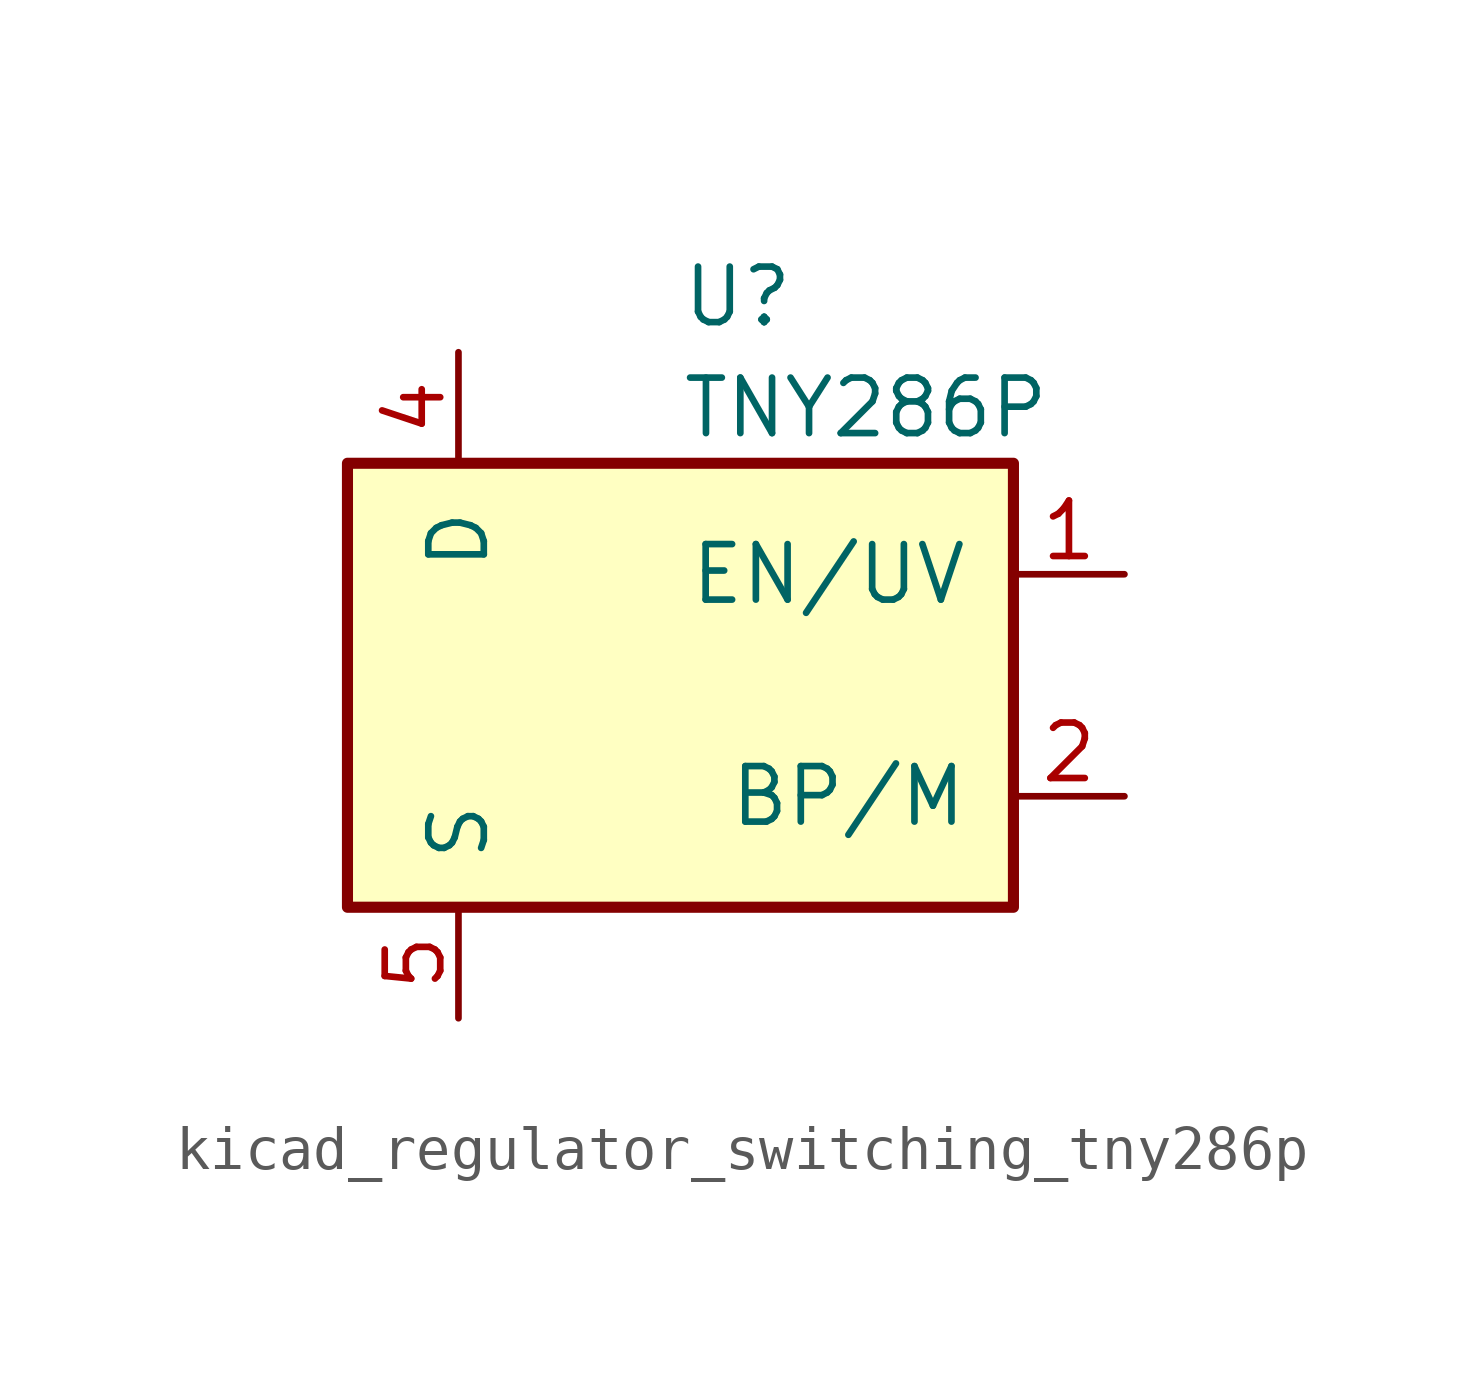
<source format=kicad_sym>
(kicad_symbol_lib
  (version 20220914)
  (generator kicad_symbol_editor)
  (symbol "kicad_regulator_switching_tny286p"
    (pin_names
      (offset 1.016))
    (property "Reference" "U"
      (at 0 8.89 0)
      (effects (font (size 1.27 1.27)) (justify left)))
    (property "Value" "TNY286P"
      (at 0 6.35 0)
      (effects (font (size 1.27 1.27)) (justify left)))
    (symbol "kicad_regulator_switching_tny286p_0_1"
      (rectangle (start -7.62 5.08) (end 7.62 -5.08) (stroke (width 0.254) (type default)) (fill (type background))))
    (symbol "kicad_regulator_switching_tny286p_1_1"
      (pin input line (at 10.16 2.54 180) (length 2.54) (name "EN/UV" (effects (font (size 1.27 1.27)))) (number "1" (effects (font (size 1.27 1.27)))))
      (pin input line (at 10.16 -2.54 180) (length 2.54) (name "BP/M" (effects (font (size 1.27 1.27)))) (number "2" (effects (font (size 1.27 1.27)))))
      (pin open_collector line (at -5.08 7.62 270) (length 2.54) (name "D" (effects (font (size 1.27 1.27)))) (number "4" (effects (font (size 1.27 1.27)))))
      (pin power_in line (at -5.08 -7.62 90) (length 2.54) (name "S" (effects (font (size 1.27 1.27)))) (number "5" (effects (font (size 1.27 1.27)))))
      (pin passive line (at -5.08 -7.62 90) (length 2.54) hide (name "S" (effects (font (size 1.27 1.27)))) (number "6" (effects (font (size 1.27 1.27)))))
      (pin passive line (at -5.08 -7.62 90) (length 2.54) hide (name "S" (effects (font (size 1.27 1.27)))) (number "7" (effects (font (size 1.27 1.27)))))
      (pin passive line (at -5.08 -7.62 90) (length 2.54) hide (name "S" (effects (font (size 1.27 1.27)))) (number "8" (effects (font (size 1.27 1.27))))))))
</source>
